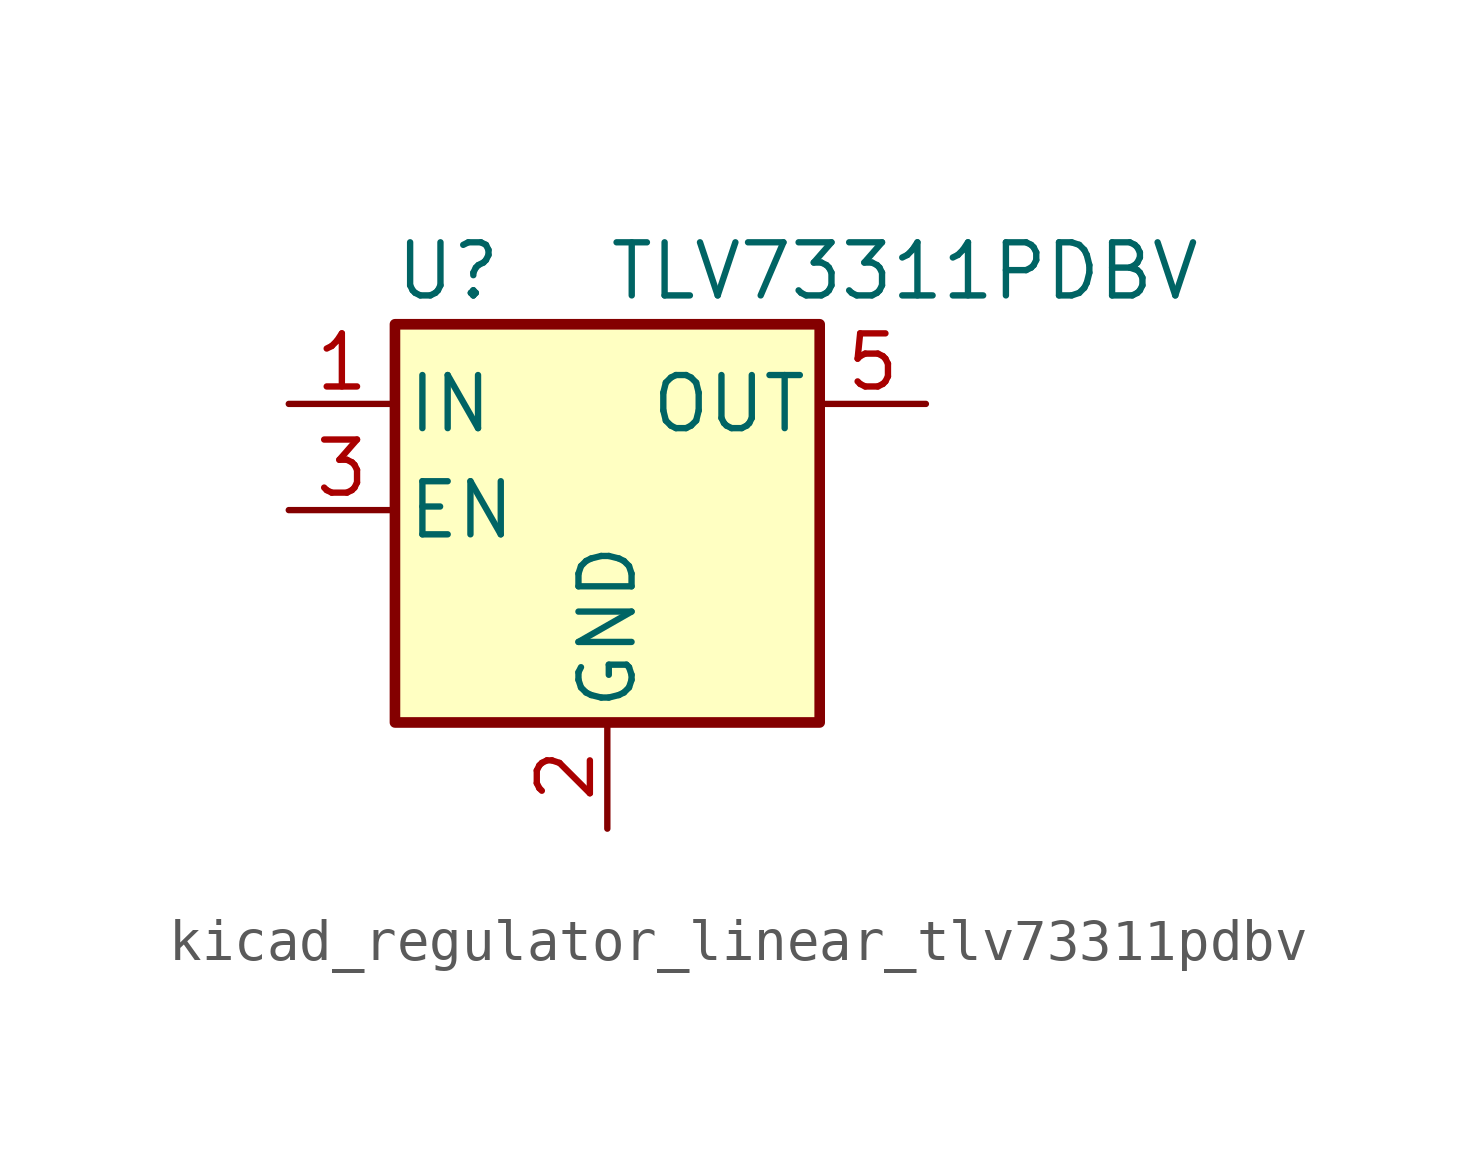
<source format=kicad_sym>
(kicad_symbol_lib
  (version 20220914)
  (generator kicad_symbol_editor)
  (symbol "kicad_regulator_linear_tlv73311pdbv"
    (pin_names
      (offset 0.254))
    (property "Reference" "U"
      (at -3.81 5.715 0)
      (effects (font (size 1.27 1.27))))
    (property "Value" "TLV73311PDBV"
      (at 0 5.715 0)
      (effects (font (size 1.27 1.27)) (justify left)))
    (symbol "kicad_regulator_linear_tlv73311pdbv_0_1"
      (rectangle (start -5.08 4.445) (end 5.08 -5.08) (stroke (width 0.254) (type default)) (fill (type background))))
    (symbol "kicad_regulator_linear_tlv73311pdbv_1_1"
      (pin power_in line (at -7.62 2.54 0) (length 2.54) (name "IN" (effects (font (size 1.27 1.27)))) (number "1" (effects (font (size 1.27 1.27)))))
      (pin power_in line (at 0 -7.62 90) (length 2.54) (name "GND" (effects (font (size 1.27 1.27)))) (number "2" (effects (font (size 1.27 1.27)))))
      (pin input line (at -7.62 0 0) (length 2.54) (name "EN" (effects (font (size 1.27 1.27)))) (number "3" (effects (font (size 1.27 1.27)))))
      (pin no_connect line (at 5.08 0 180) (length 2.54) hide (name "NC" (effects (font (size 1.27 1.27)))) (number "4" (effects (font (size 1.27 1.27)))))
      (pin power_out line (at 7.62 2.54 180) (length 2.54) (name "OUT" (effects (font (size 1.27 1.27)))) (number "5" (effects (font (size 1.27 1.27))))))))
</source>
